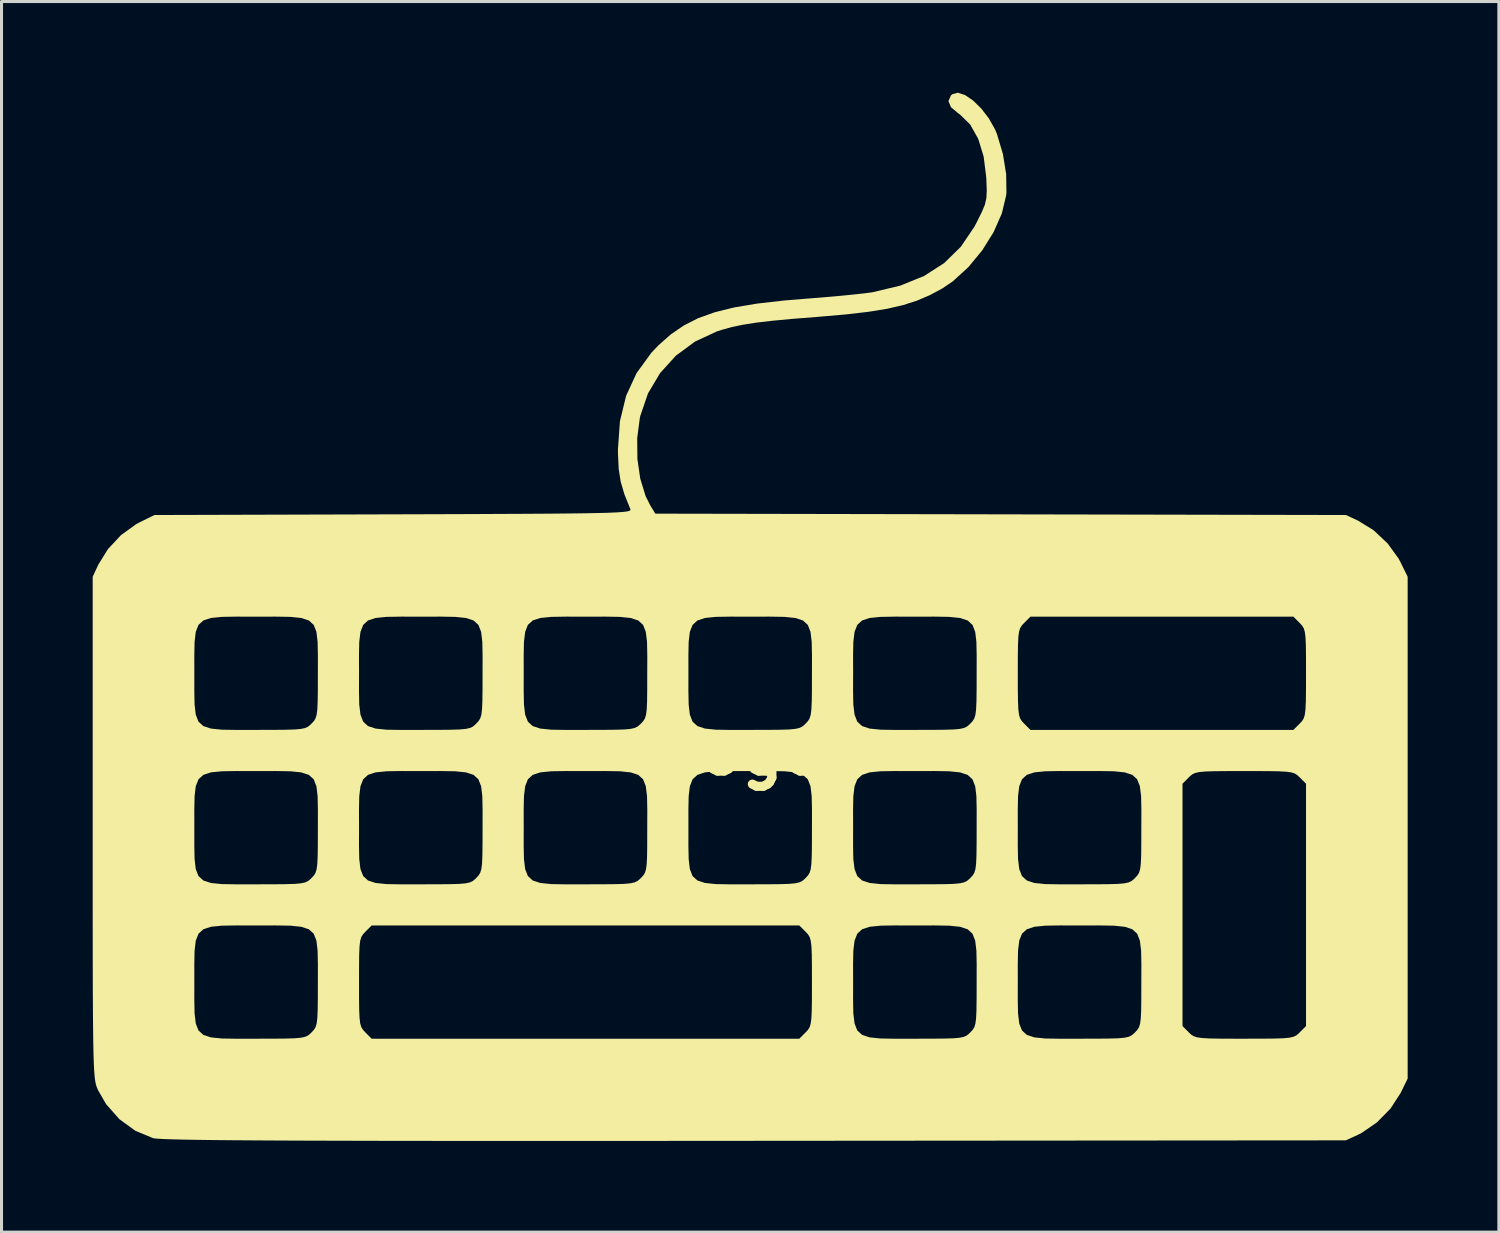
<source format=kicad_pcb>
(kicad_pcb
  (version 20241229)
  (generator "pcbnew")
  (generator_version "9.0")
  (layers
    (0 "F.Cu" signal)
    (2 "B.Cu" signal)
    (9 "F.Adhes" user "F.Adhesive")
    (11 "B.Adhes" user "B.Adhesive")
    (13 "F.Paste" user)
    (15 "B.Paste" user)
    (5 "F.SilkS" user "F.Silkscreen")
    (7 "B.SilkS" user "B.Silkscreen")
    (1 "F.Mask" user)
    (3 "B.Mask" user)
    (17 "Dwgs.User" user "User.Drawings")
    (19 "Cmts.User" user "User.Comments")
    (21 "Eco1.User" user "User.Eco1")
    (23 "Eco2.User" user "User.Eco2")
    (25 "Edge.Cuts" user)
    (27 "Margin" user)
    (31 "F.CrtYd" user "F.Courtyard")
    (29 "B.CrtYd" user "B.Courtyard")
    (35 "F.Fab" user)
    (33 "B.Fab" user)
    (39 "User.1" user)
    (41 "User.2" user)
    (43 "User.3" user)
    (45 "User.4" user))
  (footprint "logo"
    (layer "F.Cu")
    (at 21.632 21.642)
    (property "Reference" "logo" (at 0 0 0) (layer "F.SilkS") (effects (font (size 1.5 1.5) (thickness 0.3))))
    (attr board_only exclude_from_pos_files exclude_from_bom)
    (fp_poly (pts (xy 7.067 -21.566) (xy 7.334 -21.385) (xy 7.604 -21.12) (xy 7.854 -20.795) (xy 8.058 -20.43) (xy 8.119 -20.282) (xy 8.315 -19.626) (xy 8.422 -18.964) (xy 8.431 -18.359) (xy 8.422 -18.264) (xy 8.281 -17.673) (xy 8.01 -17.056) (xy 7.633 -16.453) (xy 7.177 -15.901) (xy 6.667 -15.436) (xy 6.316 -15.198) (xy 5.91 -14.981) (xy 5.489 -14.801) (xy 5.028 -14.653) (xy 4.501 -14.532) (xy 3.883 -14.432) (xy 3.149 -14.347) (xy 2.274 -14.271) (xy 2.166 -14.262) (xy 1.377 -14.2) (xy 0.731 -14.139) (xy 0.203 -14.077) (xy -0.232 -14.009) (xy -0.6 -13.932) (xy -0.927 -13.842) (xy -1.094 -13.788) (xy -1.814 -13.455) (xy -2.443 -12.991) (xy -2.965 -12.416) (xy -3.362 -11.748) (xy -3.616 -11.007) (xy -3.631 -10.939) (xy -3.717 -10.275) (xy -3.711 -9.595) (xy -3.617 -8.946) (xy -3.442 -8.373) (xy -3.288 -8.066) (xy -3.121 -7.792) (xy 8.24 -7.77) (xy 19.6 -7.747) (xy 19.996 -7.564) (xy 20.509 -7.248) (xy 20.972 -6.814) (xy 21.333 -6.315) (xy 21.398 -6.193) (xy 21.632 -5.715) (xy 21.632 2.54) (xy 21.632 10.795) (xy 21.398 11.273) (xy 21.069 11.78) (xy 20.625 12.233) (xy 20.12 12.582) (xy 19.996 12.644) (xy 19.6 12.827) (xy 0.169 12.843) (xy -2.07 12.845) (xy -4.146 12.846) (xy -6.064 12.846) (xy -7.828 12.846) (xy -9.445 12.846) (xy -10.919 12.845) (xy -12.257 12.843) (xy -13.463 12.84) (xy -14.543 12.837) (xy -15.503 12.833) (xy -16.348 12.828) (xy -17.082 12.823) (xy -17.713 12.817) (xy -18.244 12.81) (xy -18.682 12.802) (xy -19.032 12.793) (xy -19.3 12.784) (xy -19.49 12.773) (xy -19.608 12.762) (xy -19.647 12.754) (xy -20.228 12.513) (xy -20.753 12.132) (xy -21.19 11.638) (xy -21.451 11.186) (xy -21.481 11.12) (xy -21.508 11.051) (xy -21.531 10.97) (xy -21.551 10.865) (xy -21.568 10.727) (xy -21.583 10.545) (xy -21.595 10.309) (xy -21.605 10.008) (xy -21.613 9.632) (xy -21.619 9.171) (xy -21.624 8.614) (xy -21.626 8.205) (xy -18.289 8.205) (xy -18.28 8.653) (xy -18.241 8.982) (xy -18.152 9.211) (xy -17.992 9.357) (xy -17.744 9.439) (xy -17.385 9.476) (xy -16.897 9.484) (xy -16.26 9.483) (xy -16.256 9.483) (xy -15.695 9.482) (xy -15.279 9.478) (xy -14.981 9.469) (xy -14.776 9.45) (xy -14.64 9.42) (xy -14.547 9.376) (xy -14.471 9.314) (xy -14.432 9.275) (xy -14.356 9.194) (xy -14.302 9.107) (xy -14.265 8.988) (xy -14.242 8.809) (xy -14.23 8.543) (xy -14.225 8.162) (xy -14.224 7.641) (xy -14.224 7.62) (xy -14.224 7.599) (xy -12.869 7.599) (xy -12.869 7.62) (xy -12.869 8.147) (xy -12.864 8.532) (xy -12.852 8.801) (xy -12.83 8.983) (xy -12.793 9.104) (xy -12.739 9.191) (xy -12.665 9.272) (xy -12.662 9.275) (xy -12.454 9.483) (xy -5.419 9.483) (xy 1.616 9.483) (xy 1.824 9.275) (xy 1.9 9.194) (xy 1.954 9.107) (xy 1.991 8.988) (xy 2.014 8.809) (xy 2.026 8.543) (xy 2.031 8.205) (xy 3.385 8.205) (xy 3.394 8.653) (xy 3.434 8.982) (xy 3.523 9.211) (xy 3.682 9.357) (xy 3.931 9.439) (xy 4.29 9.476) (xy 4.778 9.484) (xy 5.415 9.483) (xy 5.419 9.483) (xy 5.979 9.482) (xy 6.396 9.478) (xy 6.694 9.469) (xy 6.898 9.45) (xy 7.034 9.42) (xy 7.128 9.376) (xy 7.203 9.314) (xy 7.243 9.275) (xy 7.318 9.194) (xy 7.373 9.107) (xy 7.41 8.988) (xy 7.433 8.809) (xy 7.445 8.543) (xy 7.449 8.205) (xy 8.804 8.205) (xy 8.813 8.653) (xy 8.852 8.982) (xy 8.942 9.211) (xy 9.101 9.357) (xy 9.35 9.439) (xy 9.708 9.476) (xy 10.196 9.484) (xy 10.833 9.483) (xy 10.837 9.483) (xy 11.398 9.482) (xy 11.815 9.478) (xy 12.112 9.469) (xy 12.317 9.45) (xy 12.453 9.42) (xy 12.546 9.376) (xy 12.622 9.314) (xy 12.662 9.275) (xy 12.737 9.194) (xy 12.792 9.107) (xy 12.829 8.988) (xy 12.852 8.809) (xy 12.864 8.543) (xy 12.868 8.162) (xy 12.869 7.641) (xy 12.869 7.62) (xy 12.871 7.035) (xy 12.862 6.587) (xy 12.822 6.258) (xy 12.733 6.029) (xy 12.574 5.883) (xy 12.325 5.801) (xy 11.966 5.764) (xy 11.478 5.756) (xy 10.841 5.757) (xy 10.837 5.757) (xy 10.199 5.756) (xy 9.711 5.764) (xy 9.352 5.8) (xy 9.102 5.882) (xy 8.942 6.028) (xy 8.853 6.256) (xy 8.813 6.585) (xy 8.804 7.032) (xy 8.805 7.616) (xy 8.805 7.62) (xy 8.804 8.205) (xy 7.449 8.205) (xy 7.45 8.162) (xy 7.451 7.641) (xy 7.451 7.62) (xy 7.452 7.035) (xy 7.443 6.587) (xy 7.404 6.258) (xy 7.314 6.029) (xy 7.155 5.883) (xy 6.906 5.801) (xy 6.548 5.764) (xy 6.06 5.756) (xy 5.423 5.757) (xy 5.419 5.757) (xy 4.781 5.756) (xy 4.292 5.764) (xy 3.933 5.8) (xy 3.683 5.882) (xy 3.524 6.028) (xy 3.434 6.256) (xy 3.394 6.585) (xy 3.385 7.032) (xy 3.387 7.616) (xy 3.387 7.62) (xy 3.385 8.205) (xy 2.031 8.205) (xy 2.031 8.162) (xy 2.032 7.641) (xy 2.032 7.62) (xy 2.031 7.093) (xy 2.027 6.708) (xy 2.015 6.439) (xy 1.992 6.257) (xy 1.956 6.136) (xy 1.902 6.049) (xy 1.827 5.968) (xy 1.824 5.965) (xy 1.616 5.757) (xy -5.419 5.757) (xy -12.454 5.757) (xy -12.662 5.965) (xy -12.737 6.046) (xy -12.792 6.133) (xy -12.829 6.252) (xy -12.852 6.431) (xy -12.864 6.697) (xy -12.868 7.078) (xy -12.869 7.599) (xy -14.224 7.599) (xy -14.223 7.035) (xy -14.232 6.587) (xy -14.271 6.258) (xy -14.36 6.029) (xy -14.52 5.883) (xy -14.768 5.801) (xy -15.127 5.764) (xy -15.615 5.756) (xy -16.252 5.757) (xy -16.256 5.757) (xy -16.894 5.756) (xy -17.383 5.764) (xy -17.742 5.8) (xy -17.991 5.882) (xy -18.151 6.028) (xy -18.241 6.256) (xy -18.28 6.585) (xy -18.289 7.032) (xy -18.288 7.616) (xy -18.288 7.62) (xy -18.289 8.205) (xy -21.626 8.205) (xy -21.628 7.951) (xy -21.63 7.172) (xy -21.631 6.266) (xy -21.632 5.222) (xy -21.632 4.031) (xy -21.632 3.125) (xy -18.289 3.125) (xy -18.28 3.573) (xy -18.241 3.902) (xy -18.152 4.131) (xy -17.992 4.277) (xy -17.744 4.359) (xy -17.385 4.396) (xy -16.897 4.404) (xy -16.26 4.403) (xy -16.256 4.403) (xy -15.695 4.402) (xy -15.279 4.398) (xy -14.981 4.389) (xy -14.776 4.37) (xy -14.64 4.34) (xy -14.547 4.296) (xy -14.471 4.234) (xy -14.432 4.195) (xy -14.356 4.114) (xy -14.302 4.027) (xy -14.265 3.908) (xy -14.242 3.729) (xy -14.23 3.463) (xy -14.225 3.125) (xy -12.871 3.125) (xy -12.862 3.573) (xy -12.822 3.902) (xy -12.733 4.131) (xy -12.574 4.277) (xy -12.325 4.359) (xy -11.966 4.396) (xy -11.478 4.404) (xy -10.841 4.403) (xy -10.837 4.403) (xy -10.277 4.402) (xy -9.86 4.398) (xy -9.562 4.389) (xy -9.358 4.37) (xy -9.222 4.34) (xy -9.128 4.296) (xy -9.053 4.234) (xy -9.013 4.195) (xy -8.938 4.114) (xy -8.883 4.027) (xy -8.846 3.908) (xy -8.823 3.729) (xy -8.811 3.463) (xy -8.807 3.125) (xy -7.452 3.125) (xy -7.443 3.573) (xy -7.404 3.902) (xy -7.314 4.131) (xy -7.155 4.277) (xy -6.906 4.359) (xy -6.548 4.396) (xy -6.06 4.404) (xy -5.423 4.403) (xy -5.419 4.403) (xy -4.858 4.402) (xy -4.441 4.398) (xy -4.144 4.389) (xy -3.939 4.37) (xy -3.803 4.34) (xy -3.71 4.296) (xy -3.634 4.234) (xy -3.594 4.195) (xy -3.519 4.114) (xy -3.464 4.027) (xy -3.427 3.908) (xy -3.404 3.729) (xy -3.392 3.463) (xy -3.388 3.125) (xy -2.033 3.125) (xy -2.024 3.573) (xy -1.985 3.902) (xy -1.896 4.131) (xy -1.736 4.277) (xy -1.488 4.359) (xy -1.129 4.396) (xy -0.641 4.404) (xy -0.004 4.403) (xy 0 4.403) (xy 0.561 4.402) (xy 0.977 4.398) (xy 1.275 4.389) (xy 1.48 4.37) (xy 1.616 4.34) (xy 1.709 4.296) (xy 1.785 4.234) (xy 1.824 4.195) (xy 1.9 4.114) (xy 1.954 4.027) (xy 1.991 3.908) (xy 2.014 3.729) (xy 2.026 3.463) (xy 2.031 3.125) (xy 3.385 3.125) (xy 3.394 3.573) (xy 3.434 3.902) (xy 3.523 4.131) (xy 3.682 4.277) (xy 3.931 4.359) (xy 4.29 4.396) (xy 4.778 4.404) (xy 5.415 4.403) (xy 5.419 4.403) (xy 5.979 4.402) (xy 6.396 4.398) (xy 6.694 4.389) (xy 6.898 4.37) (xy 7.034 4.34) (xy 7.128 4.296) (xy 7.203 4.234) (xy 7.243 4.195) (xy 7.318 4.114) (xy 7.373 4.027) (xy 7.41 3.908) (xy 7.433 3.729) (xy 7.445 3.463) (xy 7.449 3.125) (xy 8.804 3.125) (xy 8.813 3.573) (xy 8.852 3.902) (xy 8.942 4.131) (xy 9.101 4.277) (xy 9.35 4.359) (xy 9.708 4.396) (xy 10.196 4.404) (xy 10.833 4.403) (xy 10.837 4.403) (xy 11.398 4.402) (xy 11.815 4.398) (xy 12.112 4.389) (xy 12.317 4.37) (xy 12.453 4.34) (xy 12.546 4.296) (xy 12.622 4.234) (xy 12.662 4.195) (xy 12.737 4.114) (xy 12.792 4.027) (xy 12.829 3.908) (xy 12.852 3.729) (xy 12.864 3.463) (xy 12.868 3.082) (xy 12.869 2.561) (xy 12.869 2.54) (xy 12.871 1.955) (xy 12.862 1.507) (xy 12.822 1.178) (xy 12.789 1.093) (xy 14.224 1.093) (xy 14.224 5.08) (xy 14.224 9.067) (xy 14.432 9.275) (xy 14.508 9.347) (xy 14.59 9.4) (xy 14.701 9.437) (xy 14.868 9.461) (xy 15.116 9.475) (xy 15.47 9.481) (xy 15.955 9.483) (xy 16.256 9.483) (xy 16.817 9.482) (xy 17.233 9.478) (xy 17.531 9.469) (xy 17.736 9.45) (xy 17.872 9.42) (xy 17.965 9.376) (xy 18.041 9.314) (xy 18.08 9.275) (xy 18.288 9.067) (xy 18.288 5.08) (xy 18.288 1.093) (xy 18.08 0.885) (xy 18.004 0.813) (xy 17.922 0.76) (xy 17.811 0.723) (xy 17.644 0.699) (xy 17.396 0.685) (xy 17.042 0.679) (xy 16.557 0.677) (xy 16.256 0.677) (xy 15.695 0.678) (xy 15.279 0.682) (xy 14.981 0.691) (xy 14.776 0.71) (xy 14.64 0.74) (xy 14.547 0.784) (xy 14.471 0.846) (xy 14.432 0.885) (xy 14.224 1.093) (xy 12.789 1.093) (xy 12.733 0.949) (xy 12.574 0.803) (xy 12.325 0.721) (xy 11.966 0.684) (xy 11.478 0.676) (xy 10.841 0.677) (xy 10.837 0.677) (xy 10.199 0.676) (xy 9.711 0.684) (xy 9.352 0.72) (xy 9.102 0.802) (xy 8.942 0.948) (xy 8.853 1.176) (xy 8.813 1.505) (xy 8.804 1.952) (xy 8.805 2.536) (xy 8.805 2.54) (xy 8.804 3.125) (xy 7.449 3.125) (xy 7.45 3.082) (xy 7.451 2.561) (xy 7.451 2.54) (xy 7.452 1.955) (xy 7.443 1.507) (xy 7.404 1.178) (xy 7.314 0.949) (xy 7.155 0.803) (xy 6.906 0.721) (xy 6.548 0.684) (xy 6.06 0.676) (xy 5.423 0.677) (xy 5.419 0.677) (xy 4.781 0.676) (xy 4.292 0.684) (xy 3.933 0.72) (xy 3.683 0.802) (xy 3.524 0.948) (xy 3.434 1.176) (xy 3.394 1.505) (xy 3.385 1.952) (xy 3.387 2.536) (xy 3.387 2.54) (xy 3.385 3.125) (xy 2.031 3.125) (xy 2.031 3.082) (xy 2.032 2.561) (xy 2.032 2.54) (xy 2.033 1.955) (xy 2.024 1.507) (xy 1.985 1.178) (xy 1.896 0.949) (xy 1.736 0.803) (xy 1.488 0.721) (xy 1.129 0.684) (xy 0.641 0.676) (xy 0.004 0.677) (xy 0 0.677) (xy -0.638 0.676) (xy -1.127 0.684) (xy -1.486 0.72) (xy -1.735 0.802) (xy -1.895 0.948) (xy -1.985 1.176) (xy -2.024 1.505) (xy -2.033 1.952) (xy -2.032 2.536) (xy -2.032 2.54) (xy -2.033 3.125) (xy -3.388 3.125) (xy -3.388 3.082) (xy -3.387 2.561) (xy -3.387 2.54) (xy -3.385 1.955) (xy -3.394 1.507) (xy -3.434 1.178) (xy -3.523 0.949) (xy -3.682 0.803) (xy -3.931 0.721) (xy -4.29 0.684) (xy -4.778 0.676) (xy -5.415 0.677) (xy -5.419 0.677) (xy -6.057 0.676) (xy -6.545 0.684) (xy -6.904 0.72) (xy -7.154 0.802) (xy -7.314 0.948) (xy -7.403 1.176) (xy -7.443 1.505) (xy -7.452 1.952) (xy -7.451 2.536) (xy -7.451 2.54) (xy -7.452 3.125) (xy -8.807 3.125) (xy -8.806 3.082) (xy -8.805 2.561) (xy -8.805 2.54) (xy -8.804 1.955) (xy -8.813 1.507) (xy -8.852 1.178) (xy -8.942 0.949) (xy -9.101 0.803) (xy -9.35 0.721) (xy -9.708 0.684) (xy -10.196 0.676) (xy -10.833 0.677) (xy -10.837 0.677) (xy -11.475 0.676) (xy -11.964 0.684) (xy -12.323 0.72) (xy -12.573 0.802) (xy -12.732 0.948) (xy -12.822 1.176) (xy -12.862 1.505) (xy -12.871 1.952) (xy -12.869 2.536) (xy -12.869 2.54) (xy -12.871 3.125) (xy -14.225 3.125) (xy -14.225 3.082) (xy -14.224 2.561) (xy -14.224 2.54) (xy -14.223 1.955) (xy -14.232 1.507) (xy -14.271 1.178) (xy -14.36 0.949) (xy -14.52 0.803) (xy -14.768 0.721) (xy -15.127 0.684) (xy -15.615 0.676) (xy -16.252 0.677) (xy -16.256 0.677) (xy -16.894 0.676) (xy -17.383 0.684) (xy -17.742 0.72) (xy -17.991 0.802) (xy -18.151 0.948) (xy -18.241 1.176) (xy -18.28 1.505) (xy -18.289 1.952) (xy -18.288 2.536) (xy -18.288 2.54) (xy -18.289 3.125) (xy -21.632 3.125) (xy -21.632 2.683) (xy -21.632 2.54) (xy -21.632 -1.955) (xy -18.289 -1.955) (xy -18.28 -1.507) (xy -18.241 -1.178) (xy -18.152 -0.949) (xy -17.992 -0.803) (xy -17.744 -0.721) (xy -17.385 -0.684) (xy -16.897 -0.676) (xy -16.26 -0.677) (xy -16.256 -0.677) (xy -15.695 -0.678) (xy -15.279 -0.682) (xy -14.981 -0.691) (xy -14.776 -0.71) (xy -14.64 -0.74) (xy -14.547 -0.784) (xy -14.471 -0.846) (xy -14.432 -0.885) (xy -14.356 -0.966) (xy -14.302 -1.053) (xy -14.265 -1.172) (xy -14.242 -1.351) (xy -14.23 -1.617) (xy -14.225 -1.955) (xy -12.871 -1.955) (xy -12.862 -1.507) (xy -12.822 -1.178) (xy -12.733 -0.949) (xy -12.574 -0.803) (xy -12.325 -0.721) (xy -11.966 -0.684) (xy -11.478 -0.676) (xy -10.841 -0.677) (xy -10.837 -0.677) (xy -10.277 -0.678) (xy -9.86 -0.682) (xy -9.562 -0.691) (xy -9.358 -0.71) (xy -9.222 -0.74) (xy -9.128 -0.784) (xy -9.053 -0.846) (xy -9.013 -0.885) (xy -8.938 -0.966) (xy -8.883 -1.053) (xy -8.846 -1.172) (xy -8.823 -1.351) (xy -8.811 -1.617) (xy -8.807 -1.955) (xy -7.452 -1.955) (xy -7.443 -1.507) (xy -7.404 -1.178) (xy -7.314 -0.949) (xy -7.155 -0.803) (xy -6.906 -0.721) (xy -6.548 -0.684) (xy -6.06 -0.676) (xy -5.423 -0.677) (xy -5.419 -0.677) (xy -4.858 -0.678) (xy -4.441 -0.682) (xy -4.144 -0.691) (xy -3.939 -0.71) (xy -3.803 -0.74) (xy -3.71 -0.784) (xy -3.634 -0.846) (xy -3.594 -0.885) (xy -3.519 -0.966) (xy -3.464 -1.053) (xy -3.427 -1.172) (xy -3.404 -1.351) (xy -3.392 -1.617) (xy -3.388 -1.955) (xy -2.033 -1.955) (xy -2.024 -1.507) (xy -1.985 -1.178) (xy -1.896 -0.949) (xy -1.736 -0.803) (xy -1.488 -0.721) (xy -1.129 -0.684) (xy -0.641 -0.676) (xy -0.004 -0.677) (xy 0 -0.677) (xy 0.561 -0.678) (xy 0.977 -0.682) (xy 1.275 -0.691) (xy 1.48 -0.71) (xy 1.616 -0.74) (xy 1.709 -0.784) (xy 1.785 -0.846) (xy 1.824 -0.885) (xy 1.9 -0.966) (xy 1.954 -1.053) (xy 1.991 -1.172) (xy 2.014 -1.351) (xy 2.026 -1.617) (xy 2.031 -1.955) (xy 3.385 -1.955) (xy 3.394 -1.507) (xy 3.434 -1.178) (xy 3.523 -0.949) (xy 3.682 -0.803) (xy 3.931 -0.721) (xy 4.29 -0.684) (xy 4.778 -0.676) (xy 5.415 -0.677) (xy 5.419 -0.677) (xy 5.979 -0.678) (xy 6.396 -0.682) (xy 6.694 -0.691) (xy 6.898 -0.71) (xy 7.034 -0.74) (xy 7.128 -0.784) (xy 7.203 -0.846) (xy 7.243 -0.885) (xy 7.318 -0.966) (xy 7.373 -1.053) (xy 7.41 -1.172) (xy 7.433 -1.351) (xy 7.445 -1.617) (xy 7.45 -1.998) (xy 7.451 -2.519) (xy 7.451 -2.54) (xy 7.451 -2.561) (xy 8.805 -2.561) (xy 8.805 -2.54) (xy 8.806 -2.013) (xy 8.811 -1.628) (xy 8.823 -1.359) (xy 8.845 -1.177) (xy 8.881 -1.056) (xy 8.935 -0.969) (xy 9.01 -0.888) (xy 9.013 -0.885) (xy 9.221 -0.677) (xy 13.547 -0.677) (xy 17.872 -0.677) (xy 18.08 -0.885) (xy 18.156 -0.966) (xy 18.21 -1.053) (xy 18.247 -1.172) (xy 18.27 -1.351) (xy 18.282 -1.617) (xy 18.287 -1.998) (xy 18.288 -2.519) (xy 18.288 -2.54) (xy 18.287 -3.067) (xy 18.283 -3.452) (xy 18.271 -3.721) (xy 18.248 -3.903) (xy 18.212 -4.024) (xy 18.158 -4.111) (xy 18.083 -4.192) (xy 18.08 -4.195) (xy 17.872 -4.403) (xy 13.547 -4.403) (xy 9.221 -4.403) (xy 9.013 -4.195) (xy 8.938 -4.114) (xy 8.883 -4.027) (xy 8.846 -3.908) (xy 8.823 -3.729) (xy 8.811 -3.463) (xy 8.806 -3.082) (xy 8.805 -2.561) (xy 7.451 -2.561) (xy 7.452 -3.125) (xy 7.443 -3.573) (xy 7.404 -3.902) (xy 7.314 -4.131) (xy 7.155 -4.277) (xy 6.906 -4.359) (xy 6.548 -4.396) (xy 6.06 -4.404) (xy 5.423 -4.403) (xy 5.419 -4.403) (xy 4.781 -4.404) (xy 4.292 -4.396) (xy 3.933 -4.36) (xy 3.683 -4.278) (xy 3.524 -4.132) (xy 3.434 -3.904) (xy 3.394 -3.575) (xy 3.385 -3.128) (xy 3.387 -2.544) (xy 3.387 -2.54) (xy 3.385 -1.955) (xy 2.031 -1.955) (xy 2.031 -1.998) (xy 2.032 -2.519) (xy 2.032 -2.54) (xy 2.033 -3.125) (xy 2.024 -3.573) (xy 1.985 -3.902) (xy 1.896 -4.131) (xy 1.736 -4.277) (xy 1.488 -4.359) (xy 1.129 -4.396) (xy 0.641 -4.404) (xy 0.004 -4.403) (xy 0 -4.403) (xy -0.638 -4.404) (xy -1.127 -4.396) (xy -1.486 -4.36) (xy -1.735 -4.278) (xy -1.895 -4.132) (xy -1.985 -3.904) (xy -2.024 -3.575) (xy -2.033 -3.128) (xy -2.032 -2.544) (xy -2.032 -2.54) (xy -2.033 -1.955) (xy -3.388 -1.955) (xy -3.388 -1.998) (xy -3.387 -2.519) (xy -3.387 -2.54) (xy -3.385 -3.125) (xy -3.394 -3.573) (xy -3.434 -3.902) (xy -3.523 -4.131) (xy -3.682 -4.277) (xy -3.931 -4.359) (xy -4.29 -4.396) (xy -4.778 -4.404) (xy -5.415 -4.403) (xy -5.419 -4.403) (xy -6.057 -4.404) (xy -6.545 -4.396) (xy -6.904 -4.36) (xy -7.154 -4.278) (xy -7.314 -4.132) (xy -7.403 -3.904) (xy -7.443 -3.575) (xy -7.452 -3.128) (xy -7.451 -2.544) (xy -7.451 -2.54) (xy -7.452 -1.955) (xy -8.807 -1.955) (xy -8.806 -1.998) (xy -8.805 -2.519) (xy -8.805 -2.54) (xy -8.804 -3.125) (xy -8.813 -3.573) (xy -8.852 -3.902) (xy -8.942 -4.131) (xy -9.101 -4.277) (xy -9.35 -4.359) (xy -9.708 -4.396) (xy -10.196 -4.404) (xy -10.833 -4.403) (xy -10.837 -4.403) (xy -11.475 -4.404) (xy -11.964 -4.396) (xy -12.323 -4.36) (xy -12.573 -4.278) (xy -12.732 -4.132) (xy -12.822 -3.904) (xy -12.862 -3.575) (xy -12.871 -3.128) (xy -12.869 -2.544) (xy -12.869 -2.54) (xy -12.871 -1.955) (xy -14.225 -1.955) (xy -14.225 -1.998) (xy -14.224 -2.519) (xy -14.224 -2.54) (xy -14.223 -3.125) (xy -14.232 -3.573) (xy -14.271 -3.902) (xy -14.36 -4.131) (xy -14.52 -4.277) (xy -14.768 -4.359) (xy -15.127 -4.396) (xy -15.615 -4.404) (xy -16.252 -4.403) (xy -16.256 -4.403) (xy -16.894 -4.404) (xy -17.383 -4.396) (xy -17.742 -4.36) (xy -17.991 -4.278) (xy -18.151 -4.132) (xy -18.241 -3.904) (xy -18.28 -3.575) (xy -18.289 -3.128) (xy -18.288 -2.544) (xy -18.288 -2.54) (xy -18.289 -1.955) (xy -21.632 -1.955) (xy -21.632 -5.715) (xy -21.449 -6.111) (xy -21.133 -6.623) (xy -20.7 -7.087) (xy -20.201 -7.447) (xy -20.078 -7.512) (xy -19.6 -7.747) (xy -11.739 -7.77) (xy -10.407 -7.774) (xy -9.234 -7.778) (xy -8.21 -7.783) (xy -7.326 -7.787) (xy -6.571 -7.792) (xy -5.935 -7.798) (xy -5.409 -7.805) (xy -4.982 -7.813) (xy -4.645 -7.822) (xy -4.387 -7.834) (xy -4.198 -7.847) (xy -4.069 -7.862) (xy -3.989 -7.879) (xy -3.948 -7.899) (xy -3.937 -7.922) (xy -3.942 -7.94) (xy -4.137 -8.425) (xy -4.26 -8.842) (xy -4.326 -9.264) (xy -4.35 -9.762) (xy -4.351 -9.906) (xy -4.285 -10.835) (xy -4.082 -11.669) (xy -3.738 -12.417) (xy -3.25 -13.088) (xy -3.014 -13.335) (xy -2.616 -13.687) (xy -2.188 -13.981) (xy -1.712 -14.223) (xy -1.165 -14.419) (xy -0.526 -14.577) (xy 0.225 -14.703) (xy 1.109 -14.804) (xy 1.784 -14.86) (xy 2.346 -14.904) (xy 2.885 -14.951) (xy 3.366 -14.998) (xy 3.752 -15.04) (xy 4.007 -15.074) (xy 4.022 -15.076) (xy 4.937 -15.294) (xy 5.722 -15.612) (xy 6.384 -16.038) (xy 6.933 -16.576) (xy 7.378 -17.234) (xy 7.457 -17.385) (xy 7.62 -17.714) (xy 7.721 -17.955) (xy 7.771 -18.168) (xy 7.784 -18.414) (xy 7.772 -18.752) (xy 7.767 -18.859) (xy 7.682 -19.54) (xy 7.503 -20.124) (xy 7.239 -20.594) (xy 6.897 -20.929) (xy 6.851 -20.959) (xy 6.607 -21.164) (xy 6.523 -21.364) (xy 6.602 -21.548) (xy 6.646 -21.59) (xy 6.83 -21.642)) (stroke (width 0) (type solid)) (fill yes) (layer "F.SilkS")))
  (gr_rect
    (start -3 -3)
    (end 46.265 37.488)
    (stroke (width 0.1) (type default))
    (fill no)
    (layer "Edge.Cuts")))
</source>
